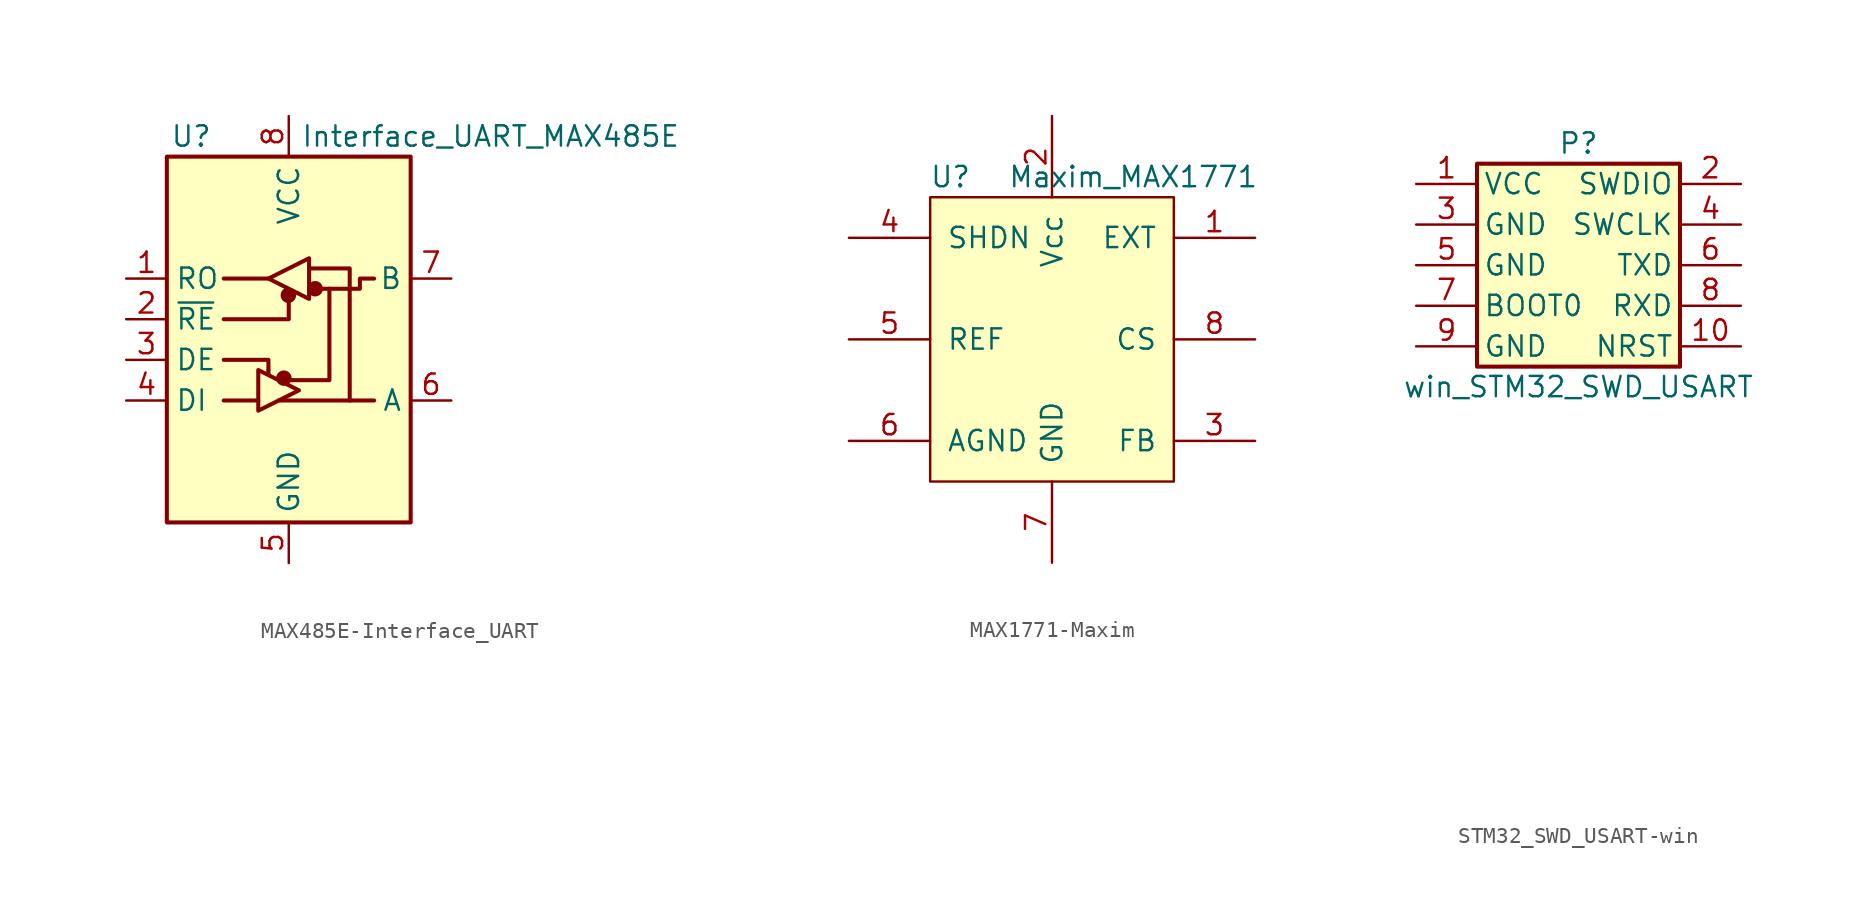
<source format=kicad_sym>
(kicad_symbol_lib
  (version 20231120)
  (generator "kicad_symbol_editor")
  (generator_version "8.0")
  (symbol "MAX485E-Interface_UART"
    (property "Reference" "U"
      (at -6.096 11.43 0)
      (effects (font (size 1.27 1.27))))
    (property "Value" "Interface_UART_MAX485E"
      (at 0.762 11.43 0)
      (effects (font (size 1.27 1.27)) (justify left)))
    (symbol "MAX485E-Interface_UART_0_1"
      (rectangle (start -7.62 10.16) (end 7.62 -12.7) (stroke (width 0.254) (type solid)) (fill (type background)))
      (circle (center -0.305 -3.683) (radius 0.356) (stroke (width 0.254) (type solid)) (fill (type outline)))
      (circle (center -0.025 1.499) (radius 0.356) (stroke (width 0.254) (type solid)) (fill (type outline)))
      (polyline (pts (xy -4.064 -5.08) (xy -1.905 -5.08)) (stroke (width 0.254) (type solid)) (fill (type none)))
      (polyline (pts (xy -4.064 2.54) (xy -1.27 2.54)) (stroke (width 0.254) (type solid)) (fill (type none)))
      (polyline (pts (xy -1.27 -3.2) (xy -1.27 -3.454)) (stroke (width 0.254) (type solid)) (fill (type none)))
      (polyline (pts (xy -0.635 -5.08) (xy 5.334 -5.08)) (stroke (width 0.254) (type solid)) (fill (type none)))
      (polyline (pts (xy -4.064 -2.54) (xy -1.27 -2.54) (xy -1.27 -3.175)) (stroke (width 0.254) (type solid)) (fill (type none)))
      (polyline (pts (xy 0 1.27) (xy 0 0) (xy -4.064 0)) (stroke (width 0.254) (type solid)) (fill (type none)))
      (polyline (pts (xy 1.27 3.175) (xy 3.81 3.175) (xy 3.81 -5.08)) (stroke (width 0.254) (type solid)) (fill (type none)))
      (polyline (pts (xy 2.54 1.905) (xy 2.54 -3.81) (xy 0 -3.81)) (stroke (width 0.254) (type solid)) (fill (type none)))
      (polyline (pts (xy -1.905 -3.175) (xy -1.905 -5.715) (xy 0.635 -4.445) (xy -1.905 -3.175)) (stroke (width 0.254) (type solid)) (fill (type none)))
      (polyline (pts (xy -1.27 2.54) (xy 1.27 3.81) (xy 1.27 1.27) (xy -1.27 2.54)) (stroke (width 0.254) (type solid)) (fill (type none)))
      (polyline (pts (xy 1.905 1.905) (xy 4.445 1.905) (xy 4.445 2.54) (xy 5.334 2.54)) (stroke (width 0.254) (type solid)) (fill (type none)))
      (rectangle (start 1.27 3.175) (end 1.27 3.175) (stroke (width 0) (type solid)) (fill (type none)))
      (circle (center 1.651 1.905) (radius 0.356) (stroke (width 0.254) (type solid)) (fill (type outline))))
    (symbol "MAX485E-Interface_UART_1_1"
      (pin output line (at -10.16 2.54 0) (length 2.54) (name "RO" (effects (font (size 1.27 1.27)))) (number "1" (effects (font (size 1.27 1.27)))))
      (pin input line (at -10.16 0 0) (length 2.54) (name "~{RE}" (effects (font (size 1.27 1.27)))) (number "2" (effects (font (size 1.27 1.27)))))
      (pin input line (at -10.16 -2.54 0) (length 2.54) (name "DE" (effects (font (size 1.27 1.27)))) (number "3" (effects (font (size 1.27 1.27)))))
      (pin input line (at -10.16 -5.08 0) (length 2.54) (name "DI" (effects (font (size 1.27 1.27)))) (number "4" (effects (font (size 1.27 1.27)))))
      (pin power_in line (at 0 -15.24 90) (length 2.54) (name "GND" (effects (font (size 1.27 1.27)))) (number "5" (effects (font (size 1.27 1.27)))))
      (pin bidirectional line (at 10.16 -5.08 180) (length 2.54) (name "A" (effects (font (size 1.27 1.27)))) (number "6" (effects (font (size 1.27 1.27)))))
      (pin bidirectional line (at 10.16 2.54 180) (length 2.54) (name "B" (effects (font (size 1.27 1.27)))) (number "7" (effects (font (size 1.27 1.27)))))
      (pin power_in line (at 0 12.7 270) (length 2.54) (name "VCC" (effects (font (size 1.27 1.27)))) (number "8" (effects (font (size 1.27 1.27)))))))
  (symbol "MAX1771-Maxim"
    (pin_names
      (offset 1.016))
    (property "Reference" "U"
      (at -6.35 10.16 0)
      (effects (font (size 1.27 1.27))))
    (property "Value" "Maxim_MAX1771"
      (at 5.08 10.16 0)
      (effects (font (size 1.27 1.27))))
    (symbol "MAX1771-Maxim_0_1"
      (rectangle (start -7.62 8.89) (end 7.62 -8.89) (stroke (width 0) (type solid)) (fill (type background))))
    (symbol "MAX1771-Maxim_1_1"
      (pin output line (at 12.7 6.35 180) (length 5.08) (name "EXT" (effects (font (size 1.27 1.27)))) (number "1" (effects (font (size 1.27 1.27)))))
      (pin power_in line (at 0 13.97 270) (length 5.08) (name "Vcc" (effects (font (size 1.27 1.27)))) (number "2" (effects (font (size 1.27 1.27)))))
      (pin input line (at 12.7 -6.35 180) (length 5.08) (name "FB" (effects (font (size 1.27 1.27)))) (number "3" (effects (font (size 1.27 1.27)))))
      (pin input line (at -12.7 6.35 0) (length 5.08) (name "SHDN" (effects (font (size 1.27 1.27)))) (number "4" (effects (font (size 1.27 1.27)))))
      (pin input line (at -12.7 0 0) (length 5.08) (name "REF" (effects (font (size 1.27 1.27)))) (number "5" (effects (font (size 1.27 1.27)))))
      (pin power_in line (at -12.7 -6.35 0) (length 5.08) (name "AGND" (effects (font (size 1.27 1.27)))) (number "6" (effects (font (size 1.27 1.27)))))
      (pin power_in line (at 0 -13.97 90) (length 5.08) (name "GND" (effects (font (size 1.27 1.27)))) (number "7" (effects (font (size 1.27 1.27)))))
      (pin input line (at 12.7 0 180) (length 5.08) (name "CS" (effects (font (size 1.27 1.27)))) (number "8" (effects (font (size 1.27 1.27)))))))
  (symbol "STM32_SWD_USART-win"
    (pin_names
      (offset 0.381))
    (property "Reference" "P"
      (at 0 7.62 0)
      (effects (font (size 1.27 1.27))))
    (property "Value" "win_STM32_SWD_USART"
      (at 0 -7.62 0)
      (effects (font (size 1.27 1.27))))
    (property "Footprint" ""
      (at 0 -30.48 0)
      (effects (font (size 1.524 1.524))))
    (property "Datasheet" ""
      (at 0 -30.48 0)
      (effects (font (size 1.524 1.524))))
    (symbol "STM32_SWD_USART-win_0_1"
      (rectangle (start -6.35 6.35) (end 6.35 -6.35) (stroke (width 0.254) (type solid)) (fill (type background))))
    (symbol "STM32_SWD_USART-win_1_1"
      (pin passive line (at -10.16 5.08 0) (length 3.81) (name "VCC" (effects (font (size 1.27 1.27)))) (number "1" (effects (font (size 1.27 1.27)))))
      (pin passive line (at 10.16 -5.08 180) (length 3.81) (name "NRST" (effects (font (size 1.27 1.27)))) (number "10" (effects (font (size 1.27 1.27)))))
      (pin passive line (at 10.16 5.08 180) (length 3.81) (name "SWDIO" (effects (font (size 1.27 1.27)))) (number "2" (effects (font (size 1.27 1.27)))))
      (pin passive line (at -10.16 2.54 0) (length 3.81) (name "GND" (effects (font (size 1.27 1.27)))) (number "3" (effects (font (size 1.27 1.27)))))
      (pin passive line (at 10.16 2.54 180) (length 3.81) (name "SWCLK" (effects (font (size 1.27 1.27)))) (number "4" (effects (font (size 1.27 1.27)))))
      (pin passive line (at -10.16 0 0) (length 3.81) (name "GND" (effects (font (size 1.27 1.27)))) (number "5" (effects (font (size 1.27 1.27)))))
      (pin passive line (at 10.16 0 180) (length 3.81) (name "TXD" (effects (font (size 1.27 1.27)))) (number "6" (effects (font (size 1.27 1.27)))))
      (pin passive line (at -10.16 -2.54 0) (length 3.81) (name "BOOT0" (effects (font (size 1.27 1.27)))) (number "7" (effects (font (size 1.27 1.27)))))
      (pin passive line (at 10.16 -2.54 180) (length 3.81) (name "RXD" (effects (font (size 1.27 1.27)))) (number "8" (effects (font (size 1.27 1.27)))))
      (pin passive line (at -10.16 -5.08 0) (length 3.81) (name "GND" (effects (font (size 1.27 1.27)))) (number "9" (effects (font (size 1.27 1.27))))))))
</source>
